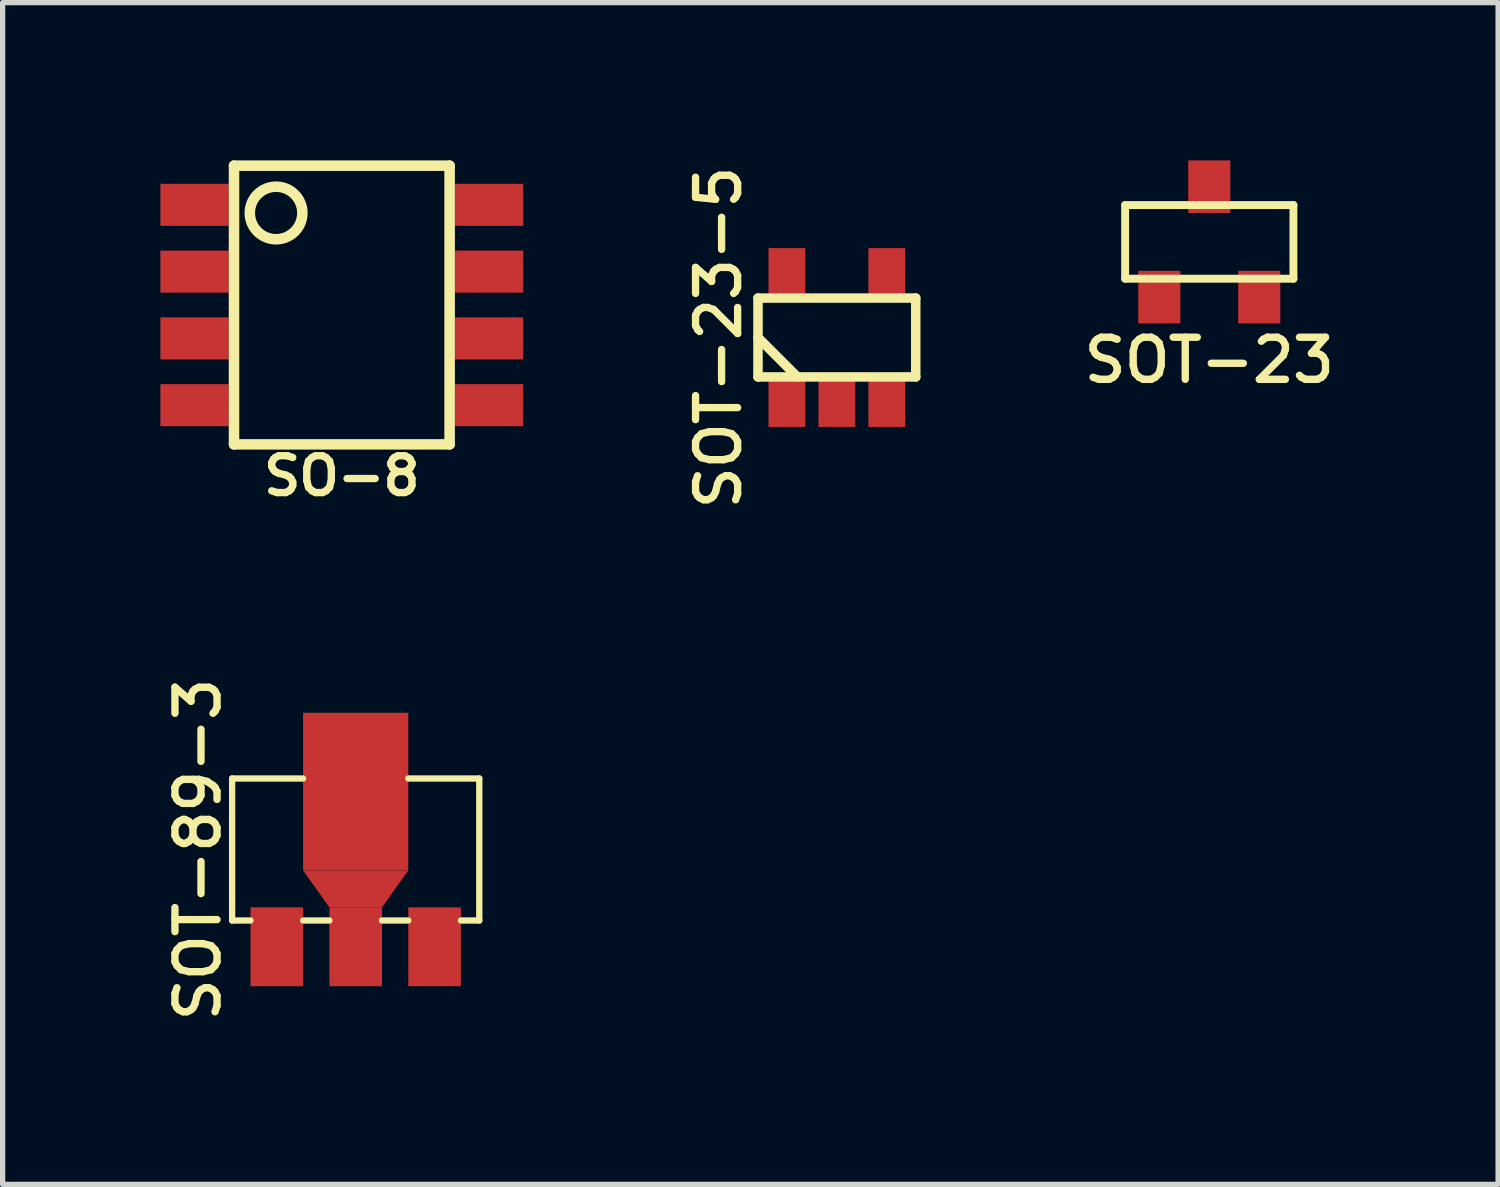
<source format=kicad_pcb>
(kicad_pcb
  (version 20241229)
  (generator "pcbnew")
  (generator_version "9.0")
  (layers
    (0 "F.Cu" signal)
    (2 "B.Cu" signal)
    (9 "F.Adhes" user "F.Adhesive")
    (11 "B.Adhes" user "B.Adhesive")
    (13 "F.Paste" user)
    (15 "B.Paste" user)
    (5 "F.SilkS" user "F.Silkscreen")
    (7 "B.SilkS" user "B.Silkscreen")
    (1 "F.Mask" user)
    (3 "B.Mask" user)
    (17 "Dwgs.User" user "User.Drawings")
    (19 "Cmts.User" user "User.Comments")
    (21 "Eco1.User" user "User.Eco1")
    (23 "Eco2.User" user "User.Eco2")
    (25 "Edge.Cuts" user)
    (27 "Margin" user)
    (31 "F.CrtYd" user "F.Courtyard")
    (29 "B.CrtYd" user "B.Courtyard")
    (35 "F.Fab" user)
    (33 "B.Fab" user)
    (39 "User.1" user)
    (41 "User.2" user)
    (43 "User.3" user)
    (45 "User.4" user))
  (footprint "SOT-23-5"
    (layer "F.Cu")
    (at 12.864 3.368)
    (property "Reference" "SOT-23-5" (at -2.25 0 90) (layer "F.SilkS") (effects (font (size 0.8 0.8) (thickness 0.14))))
    (attr through_hole)
    (fp_line (start -1.5 -0.75) (end -1.5 0.75) (stroke (width 0.18) (type solid)) (layer "F.SilkS"))
    (fp_line (start -1.5 -0.75) (end 1.5 -0.75) (stroke (width 0.18) (type solid)) (layer "F.SilkS"))
    (fp_line (start -1.5 0) (end -0.75 0.75) (stroke (width 0.18) (type solid)) (layer "F.SilkS"))
    (fp_line (start 1.5 -0.75) (end 1.5 0.75) (stroke (width 0.18) (type solid)) (layer "F.SilkS"))
    (fp_line (start 1.5 0.75) (end -1.5 0.75) (stroke (width 0.18) (type solid)) (layer "F.SilkS"))
    (pad "1" smd rect (at -0.95 1.2) (size 0.7 1) (layers "F.Cu" "F.Mask" "F.Paste"))
    (pad "2" smd rect (at 0 1.2) (size 0.7 1) (layers "F.Cu" "F.Mask" "F.Paste"))
    (pad "3" smd rect (at 0.95 1.2) (size 0.7 1) (layers "F.Cu" "F.Mask" "F.Paste"))
    (pad "4" smd rect (at 0.95 -1.2) (size 0.7 1) (layers "F.Cu" "F.Mask" "F.Paste"))
    (pad "5" smd rect (at -0.95 -1.2) (size 0.7 1) (layers "F.Cu" "F.Mask" "F.Paste")))
  (footprint "SOT-89-3"
    (layer "F.Cu")
    (at 3.714 13.104)
    (property "Reference" "SOT-89-3" (at -3 0 90) (layer "F.SilkS") (effects (font (size 0.8 0.8) (thickness 0.14))))
    (attr through_hole)
    (fp_line (start -2.35 -1.35) (end -1 -1.35) (stroke (width 0.12) (type solid)) (layer "F.SilkS"))
    (fp_line (start -2.35 1.35) (end -2.35 -1.35) (stroke (width 0.12) (type solid)) (layer "F.SilkS"))
    (fp_line (start -2.35 1.35) (end -2 1.35) (stroke (width 0.12) (type solid)) (layer "F.SilkS"))
    (fp_line (start -1 1.35) (end -0.5 1.35) (stroke (width 0.12) (type solid)) (layer "F.SilkS"))
    (fp_line (start 0.5 1.35) (end 1 1.35) (stroke (width 0.12) (type solid)) (layer "F.SilkS"))
    (fp_line (start 1 -1.35) (end 2.35 -1.35) (stroke (width 0.12) (type solid)) (layer "F.SilkS"))
    (fp_line (start 2.35 -1.35) (end 2.35 1.35) (stroke (width 0.12) (type solid)) (layer "F.SilkS"))
    (fp_line (start 2.35 1.35) (end 2 1.35) (stroke (width 0.12) (type solid)) (layer "F.SilkS"))
    (pad "1" smd rect (at -1.5 1.85 270) (size 1.5 1) (layers "F.Cu" "F.Mask" "F.Paste"))
    (pad "2" smd rect (at 0 -1.1 270) (size 3 2) (layers "F.Cu" "F.Mask" "F.Paste"))
    (pad "2" smd trapezoid (at 0 0.75) (size 1.5 0.7) (rect_delta 0 -0.5) (layers "F.Cu" "F.Mask" "F.Paste"))
    (pad "2" smd rect (at 0 1.85 270) (size 1.5 1) (layers "F.Cu" "F.Mask" "F.Paste"))
    (pad "3" smd rect (at 1.5 1.85 270) (size 1.5 1) (layers "F.Cu" "F.Mask" "F.Paste")))
  (footprint "SO-8"
    (layer "F.Cu")
    (at 3.45 2.75)
    (property "Reference" "SO-8" (at 0 3.25 0) (layer "F.SilkS") (effects (font (size 0.7 0.7) (thickness 0.14))))
    (attr smd)
    (fp_line (start -2.05 -2.65) (end 2.05 -2.65) (stroke (width 0.2) (type solid)) (layer "F.SilkS"))
    (fp_line (start -2.05 2.65) (end -2.05 -2.65) (stroke (width 0.2) (type solid)) (layer "F.SilkS"))
    (fp_line (start 2.05 -2.65) (end 2.05 2.65) (stroke (width 0.2) (type solid)) (layer "F.SilkS"))
    (fp_line (start 2.05 2.65) (end -2.05 2.65) (stroke (width 0.2) (type solid)) (layer "F.SilkS"))
    (fp_circle (center -1.25 -1.75) (end -0.75 -1.75) (stroke (width 0.2) (type solid)) (fill no) (layer "F.SilkS"))
    (pad "1" smd rect (at -2.8 -1.905) (size 1.3 0.8) (layers "F.Cu" "F.Mask" "F.Paste"))
    (pad "2" smd rect (at -2.8 -0.635) (size 1.3 0.8) (layers "F.Cu" "F.Mask" "F.Paste"))
    (pad "3" smd rect (at -2.8 0.635) (size 1.3 0.8) (layers "F.Cu" "F.Mask" "F.Paste"))
    (pad "4" smd rect (at -2.8 1.905) (size 1.3 0.8) (layers "F.Cu" "F.Mask" "F.Paste"))
    (pad "5" smd rect (at 2.8 1.905) (size 1.3 0.8) (layers "F.Cu" "F.Mask" "F.Paste"))
    (pad "6" smd rect (at 2.8 0.635) (size 1.3 0.8) (layers "F.Cu" "F.Mask" "F.Paste"))
    (pad "7" smd rect (at 2.8 -0.635) (size 1.3 0.8) (layers "F.Cu" "F.Mask" "F.Paste"))
    (pad "8" smd rect (at 2.8 -1.905) (size 1.3 0.8) (layers "F.Cu" "F.Mask" "F.Paste")))
  (footprint "SOT-23"
    (layer "F.Cu")
    (at 19.946 1.55)
    (property "Reference" "SOT-23" (at 0 2.25 0) (layer "F.SilkS") (effects (font (size 0.8 0.8) (thickness 0.14))))
    (attr smd)
    (fp_line (start -1.6 -0.7) (end -1.6 0.7) (stroke (width 0.15) (type solid)) (layer "F.SilkS"))
    (fp_line (start -1.6 0.7) (end 1.6 0.7) (stroke (width 0.15) (type solid)) (layer "F.SilkS"))
    (fp_line (start 1.6 -0.7) (end -1.6 -0.7) (stroke (width 0.15) (type solid)) (layer "F.SilkS"))
    (fp_line (start 1.6 0.7) (end 1.6 -0.7) (stroke (width 0.15) (type solid)) (layer "F.SilkS"))
    (pad "1" smd rect (at -0.95 1.05) (size 0.8 1) (layers "F.Cu" "F.Mask" "F.Paste"))
    (pad "2" smd rect (at 0.95 1.05) (size 0.8 1) (layers "F.Cu" "F.Mask" "F.Paste"))
    (pad "3" smd rect (at 0 -1.05) (size 0.8 1) (layers "F.Cu" "F.Mask" "F.Paste")))
  (gr_rect
    (start -3 -3)
    (end 25.438 19.472)
    (stroke (width 0.1) (type default))
    (fill no)
    (layer "Edge.Cuts")))
</source>
